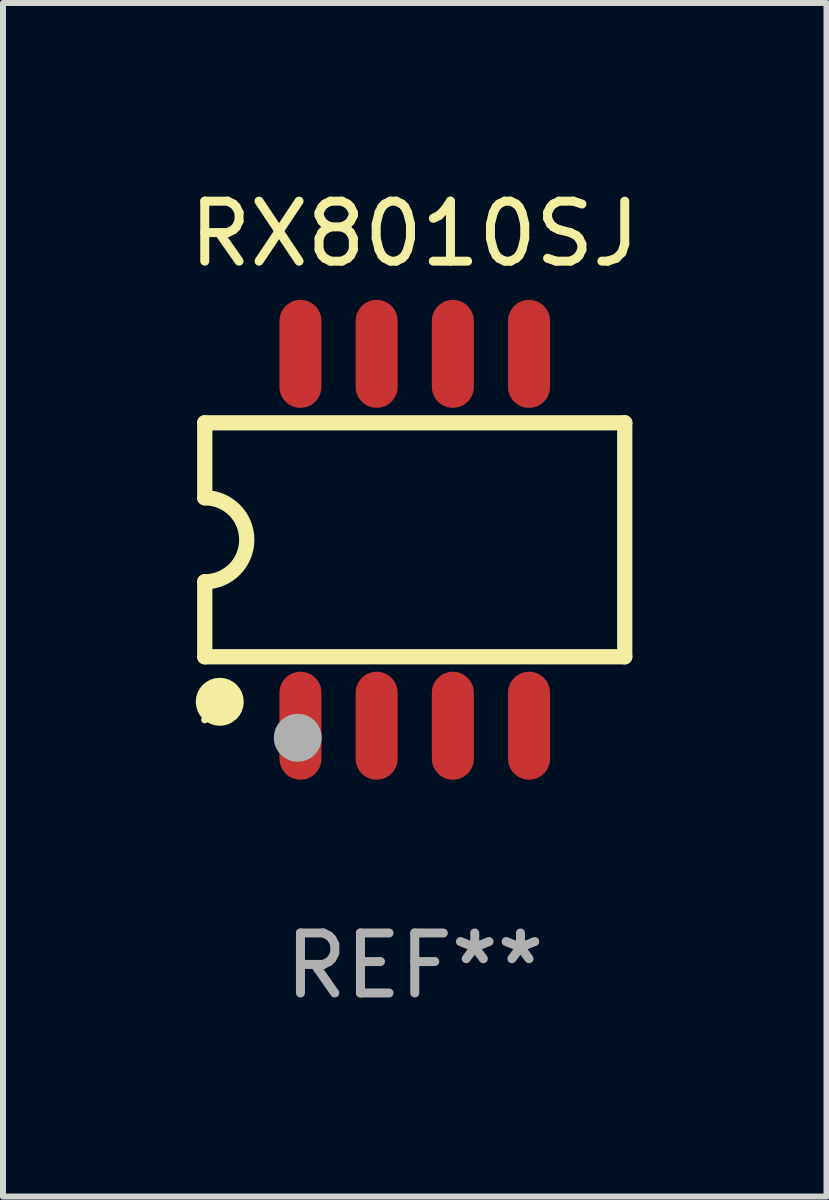
<source format=kicad_pcb>
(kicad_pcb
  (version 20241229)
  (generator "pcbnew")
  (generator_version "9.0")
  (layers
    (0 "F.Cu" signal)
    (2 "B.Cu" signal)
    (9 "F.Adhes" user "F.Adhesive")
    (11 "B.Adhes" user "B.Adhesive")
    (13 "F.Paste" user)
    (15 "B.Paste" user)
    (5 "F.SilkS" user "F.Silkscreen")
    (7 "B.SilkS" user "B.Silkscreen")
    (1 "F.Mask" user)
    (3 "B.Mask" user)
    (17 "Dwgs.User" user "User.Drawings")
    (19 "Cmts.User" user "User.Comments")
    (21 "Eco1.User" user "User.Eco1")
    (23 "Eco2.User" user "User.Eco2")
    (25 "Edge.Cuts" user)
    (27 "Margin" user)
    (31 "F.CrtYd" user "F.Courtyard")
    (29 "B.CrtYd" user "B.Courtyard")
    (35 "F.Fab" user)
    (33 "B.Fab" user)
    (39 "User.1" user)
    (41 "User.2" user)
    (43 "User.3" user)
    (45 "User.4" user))
  (footprint "RX8010SJ"
    (layer "F.Cu")
    (at 3.863 5.947)
    (property "Reference" "RX8010SJ" (at 0 -5.099 0) (layer "F.SilkS") (effects (font (size 1 1) (thickness 0.15))))
    (attr through_hole)
    (fp_line (start -3.5 -1.95) (end 3.5 -1.95) (stroke (width 0.254) (type solid)) (layer "F.SilkS"))
    (fp_line (start -3.5 -0.7) (end -3.5 -1.95) (stroke (width 0.254) (type solid)) (layer "F.SilkS"))
    (fp_line (start -3.5 0.7) (end -3.5 1.95) (stroke (width 0.254) (type solid)) (layer "F.SilkS"))
    (fp_line (start -3.5 1.95) (end 3.5 1.95) (stroke (width 0.254) (type solid)) (layer "F.SilkS"))
    (fp_line (start 3.5 1.95) (end 3.5 -1.95) (stroke (width 0.254) (type solid)) (layer "F.SilkS"))
    (fp_arc (start -3.5 -0.7) (mid -2.8 0) (end -3.5 0.7) (stroke (width 0.254) (type solid)) (layer "F.SilkS"))
    (fp_circle (center -3.5 3) (end -3.47 3) (stroke (width 0.06) (type solid)) (fill no) (layer "F.SilkS"))
    (fp_circle (center -3.25 2.7) (end -3.05 2.7) (stroke (width 0.4) (type solid)) (fill no) (layer "F.SilkS"))
    (fp_circle (center -1.95 3.3) (end -1.75 3.3) (stroke (width 0.4) (type solid)) (fill no) (layer "F.Fab"))
    (fp_text user "REF**" (at 0 7.099 0) (layer "F.Fab") (effects (font (size 1 1) (thickness 0.15))))
    (pad "1" smd oval (at -1.905 3.099 180) (size 0.7 1.8) (layers "F.Cu" "F.Mask" "F.Paste"))
    (pad "2" smd oval (at -0.635 3.099 180) (size 0.7 1.8) (layers "F.Cu" "F.Mask" "F.Paste"))
    (pad "3" smd oval (at 0.635 3.099 180) (size 0.7 1.8) (layers "F.Cu" "F.Mask" "F.Paste"))
    (pad "4" smd oval (at 1.905 3.099 180) (size 0.7 1.8) (layers "F.Cu" "F.Mask" "F.Paste"))
    (pad "5" smd oval (at 1.905 -3.099 180) (size 0.7 1.8) (layers "F.Cu" "F.Mask" "F.Paste"))
    (pad "6" smd oval (at 0.635 -3.099 180) (size 0.7 1.8) (layers "F.Cu" "F.Mask" "F.Paste"))
    (pad "7" smd oval (at -0.635 -3.099 180) (size 0.7 1.8) (layers "F.Cu" "F.Mask" "F.Paste"))
    (pad "8" smd oval (at -1.905 -3.099 180) (size 0.7 1.8) (layers "F.Cu" "F.Mask" "F.Paste")))
  (gr_rect
    (start -3 -3)
    (end 10.726 16.894)
    (stroke (width 0.1) (type default))
    (fill no)
    (layer "Edge.Cuts")))
</source>
